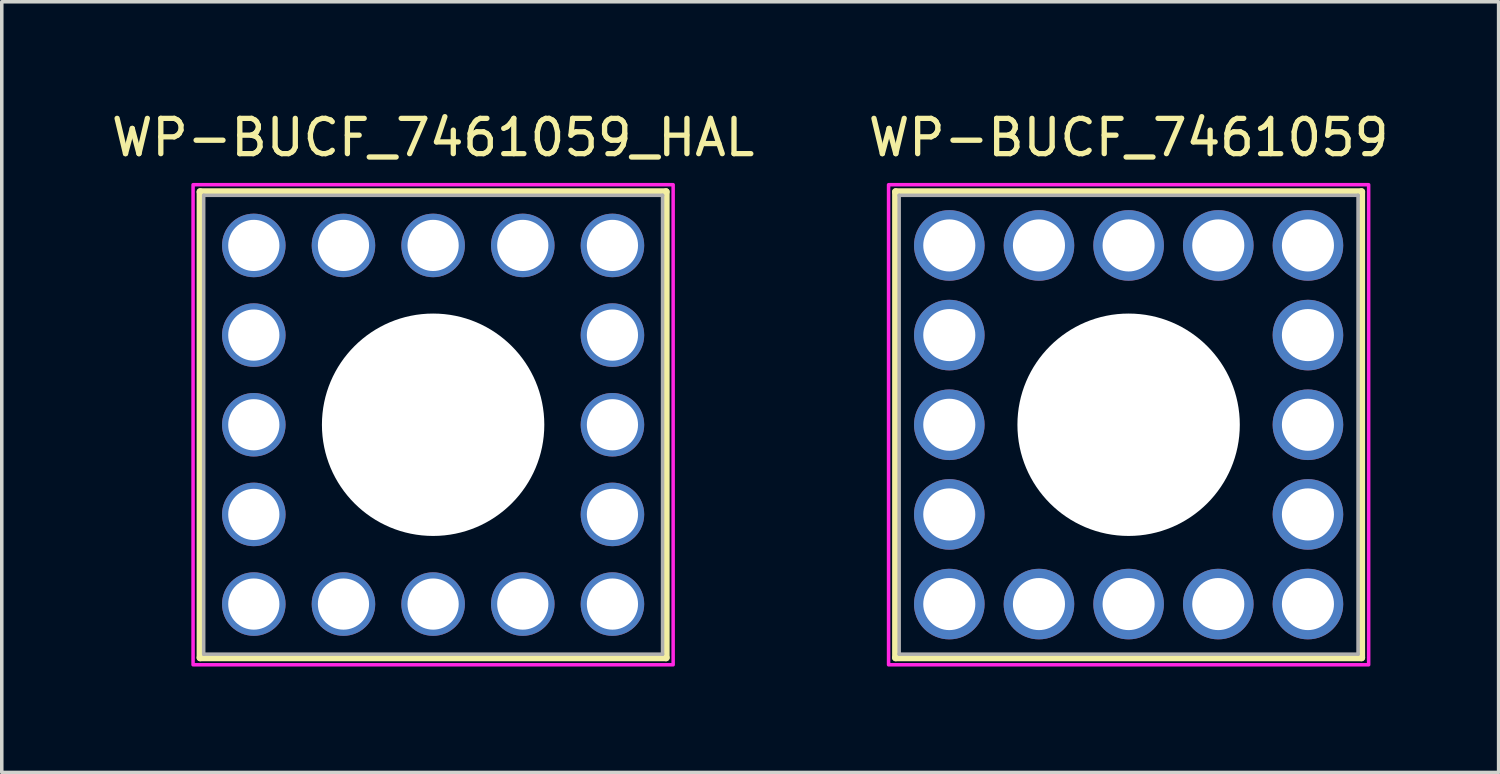
<source format=kicad_pcb>
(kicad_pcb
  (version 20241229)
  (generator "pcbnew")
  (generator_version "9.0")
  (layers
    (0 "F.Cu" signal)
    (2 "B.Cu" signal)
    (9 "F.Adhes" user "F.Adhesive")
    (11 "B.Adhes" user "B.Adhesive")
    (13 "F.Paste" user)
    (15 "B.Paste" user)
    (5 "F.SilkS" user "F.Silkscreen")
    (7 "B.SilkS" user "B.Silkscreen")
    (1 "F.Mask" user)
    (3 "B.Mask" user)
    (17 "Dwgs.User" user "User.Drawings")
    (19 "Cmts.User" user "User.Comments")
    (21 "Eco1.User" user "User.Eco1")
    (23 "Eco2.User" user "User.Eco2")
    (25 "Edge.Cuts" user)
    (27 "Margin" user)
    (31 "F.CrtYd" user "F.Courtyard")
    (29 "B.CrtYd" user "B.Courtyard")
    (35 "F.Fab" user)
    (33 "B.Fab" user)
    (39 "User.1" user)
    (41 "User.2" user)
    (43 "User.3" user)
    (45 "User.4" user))
  (footprint "WP-BUCF_7461059"
    (layer "F.Cu")
    (at 28.923 8.983)
    (property "Reference" "WP-BUCF_7461059" (at 0 -8.135 0) (layer "F.SilkS") (effects (font (size 1 1) (thickness 0.15))))
    (attr through_hole)
    (fp_line (start -6.6 -6.6) (end 6.6 -6.6) (stroke (width 0.2) (type solid)) (layer "F.SilkS"))
    (fp_line (start -6.6 6.6) (end -6.6 -6.6) (stroke (width 0.2) (type solid)) (layer "F.SilkS"))
    (fp_line (start 6.6 -6.6) (end 6.6 6.6) (stroke (width 0.2) (type solid)) (layer "F.SilkS"))
    (fp_line (start 6.6 6.6) (end -6.6 6.6) (stroke (width 0.2) (type solid)) (layer "F.SilkS"))
    (fp_poly (pts (xy -6.8 -6.8) (xy 6.8 -6.8) (xy 6.8 6.8) (xy -6.8 6.8)) (stroke (width 0.1) (type solid)) (fill no) (layer "F.CrtYd"))
    (fp_line (start -6.5 -6.5) (end 6.5 -6.5) (stroke (width 0.1) (type solid)) (layer "F.Fab"))
    (fp_line (start -6.5 6.5) (end -6.5 -6.5) (stroke (width 0.1) (type solid)) (layer "F.Fab"))
    (fp_line (start 6.5 -6.5) (end 6.5 6.5) (stroke (width 0.1) (type solid)) (layer "F.Fab"))
    (fp_line (start 6.5 6.5) (end -6.5 6.5) (stroke (width 0.1) (type solid)) (layer "F.Fab"))
    (pad "" np_thru_hole circle (at 0 0) (size 6.3 6.3) (drill 6.3) (layers "*.Cu" "*.Mask"))
    (pad "1" thru_hole circle (at -5.08 -5.08) (size 2 2) (drill 1.475) (layers "*.Cu" "*.Mask"))
    (pad "1" thru_hole circle (at -5.08 -2.54) (size 2 2) (drill 1.475) (layers "*.Cu" "*.Mask"))
    (pad "1" thru_hole circle (at -5.08 0) (size 2 2) (drill 1.475) (layers "*.Cu" "*.Mask"))
    (pad "1" thru_hole circle (at -5.08 2.54) (size 2 2) (drill 1.475) (layers "*.Cu" "*.Mask"))
    (pad "1" thru_hole circle (at -5.08 5.08) (size 2 2) (drill 1.475) (layers "*.Cu" "*.Mask"))
    (pad "1" thru_hole circle (at -2.54 -5.08) (size 2 2) (drill 1.475) (layers "*.Cu" "*.Mask"))
    (pad "1" thru_hole circle (at -2.54 5.08) (size 2 2) (drill 1.475) (layers "*.Cu" "*.Mask"))
    (pad "1" thru_hole circle (at 0 -5.08) (size 2 2) (drill 1.475) (layers "*.Cu" "*.Mask"))
    (pad "1" thru_hole circle (at 0 5.08) (size 2 2) (drill 1.475) (layers "*.Cu" "*.Mask"))
    (pad "1" thru_hole circle (at 2.54 -5.08) (size 2 2) (drill 1.475) (layers "*.Cu" "*.Mask"))
    (pad "1" thru_hole circle (at 2.54 5.08) (size 2 2) (drill 1.475) (layers "*.Cu" "*.Mask"))
    (pad "1" thru_hole circle (at 5.08 -5.08) (size 2 2) (drill 1.475) (layers "*.Cu" "*.Mask"))
    (pad "1" thru_hole circle (at 5.08 -2.54) (size 2 2) (drill 1.475) (layers "*.Cu" "*.Mask"))
    (pad "1" thru_hole circle (at 5.08 0) (size 2 2) (drill 1.475) (layers "*.Cu" "*.Mask"))
    (pad "1" thru_hole circle (at 5.08 2.54) (size 2 2) (drill 1.475) (layers "*.Cu" "*.Mask"))
    (pad "1" thru_hole circle (at 5.08 5.08) (size 2 2) (drill 1.475) (layers "*.Cu" "*.Mask")))
  (footprint "WP-BUCF_7461059_HAL"
    (layer "F.Cu")
    (at 9.22 8.983)
    (property "Reference" "WP-BUCF_7461059_HAL" (at 0 -8.135 0) (layer "F.SilkS") (effects (font (size 1 1) (thickness 0.15))))
    (attr through_hole)
    (fp_line (start -6.6 -6.6) (end 6.6 -6.6) (stroke (width 0.2) (type solid)) (layer "F.SilkS"))
    (fp_line (start -6.6 6.6) (end -6.6 -6.6) (stroke (width 0.2) (type solid)) (layer "F.SilkS"))
    (fp_line (start 6.6 -6.6) (end 6.6 6.6) (stroke (width 0.2) (type solid)) (layer "F.SilkS"))
    (fp_line (start 6.6 6.6) (end -6.6 6.6) (stroke (width 0.2) (type solid)) (layer "F.SilkS"))
    (fp_poly (pts (xy -6.8 -6.8) (xy 6.8 -6.8) (xy 6.8 6.8) (xy -6.8 6.8)) (stroke (width 0.1) (type solid)) (fill no) (layer "F.CrtYd"))
    (fp_line (start -6.5 -6.5) (end 6.5 -6.5) (stroke (width 0.1) (type solid)) (layer "F.Fab"))
    (fp_line (start -6.5 6.5) (end -6.5 -6.5) (stroke (width 0.1) (type solid)) (layer "F.Fab"))
    (fp_line (start 6.5 -6.5) (end 6.5 6.5) (stroke (width 0.1) (type solid)) (layer "F.Fab"))
    (fp_line (start 6.5 6.5) (end -6.5 6.5) (stroke (width 0.1) (type solid)) (layer "F.Fab"))
    (pad "" np_thru_hole circle (at 0 0) (size 6.3 6.3) (drill 6.3) (layers "*.Cu" "*.Mask"))
    (pad "1" thru_hole circle (at -5.08 -5.08) (size 1.8 1.8) (drill 1.45) (layers "*.Cu" "*.Mask"))
    (pad "2" thru_hole circle (at -2.54 -5.08) (size 1.8 1.8) (drill 1.45) (layers "*.Cu" "*.Mask"))
    (pad "3" thru_hole circle (at 0 -5.08) (size 1.8 1.8) (drill 1.45) (layers "*.Cu" "*.Mask"))
    (pad "4" thru_hole circle (at 2.54 -5.08) (size 1.8 1.8) (drill 1.45) (layers "*.Cu" "*.Mask"))
    (pad "5" thru_hole circle (at 5.08 -5.08) (size 1.8 1.8) (drill 1.45) (layers "*.Cu" "*.Mask"))
    (pad "6" thru_hole circle (at 5.08 -2.54) (size 1.8 1.8) (drill 1.45) (layers "*.Cu" "*.Mask"))
    (pad "7" thru_hole circle (at 5.08 0) (size 1.8 1.8) (drill 1.45) (layers "*.Cu" "*.Mask"))
    (pad "8" thru_hole circle (at 5.08 2.54) (size 1.8 1.8) (drill 1.45) (layers "*.Cu" "*.Mask"))
    (pad "9" thru_hole circle (at 5.08 5.08) (size 1.8 1.8) (drill 1.45) (layers "*.Cu" "*.Mask"))
    (pad "10" thru_hole circle (at 2.54 5.08) (size 1.8 1.8) (drill 1.45) (layers "*.Cu" "*.Mask"))
    (pad "11" thru_hole circle (at 0 5.08) (size 1.8 1.8) (drill 1.45) (layers "*.Cu" "*.Mask"))
    (pad "12" thru_hole circle (at -2.54 5.08) (size 1.8 1.8) (drill 1.45) (layers "*.Cu" "*.Mask"))
    (pad "13" thru_hole circle (at -5.08 5.08) (size 1.8 1.8) (drill 1.45) (layers "*.Cu" "*.Mask"))
    (pad "14" thru_hole circle (at -5.08 2.54) (size 1.8 1.8) (drill 1.45) (layers "*.Cu" "*.Mask"))
    (pad "15" thru_hole circle (at -5.08 0) (size 1.8 1.8) (drill 1.45) (layers "*.Cu" "*.Mask"))
    (pad "16" thru_hole circle (at -5.08 -2.54) (size 1.8 1.8) (drill 1.45) (layers "*.Cu" "*.Mask")))
  (gr_rect
    (start -3 -3)
    (end 39.405 18.833)
    (stroke (width 0.1) (type default))
    (fill no)
    (layer "Edge.Cuts")))
</source>
